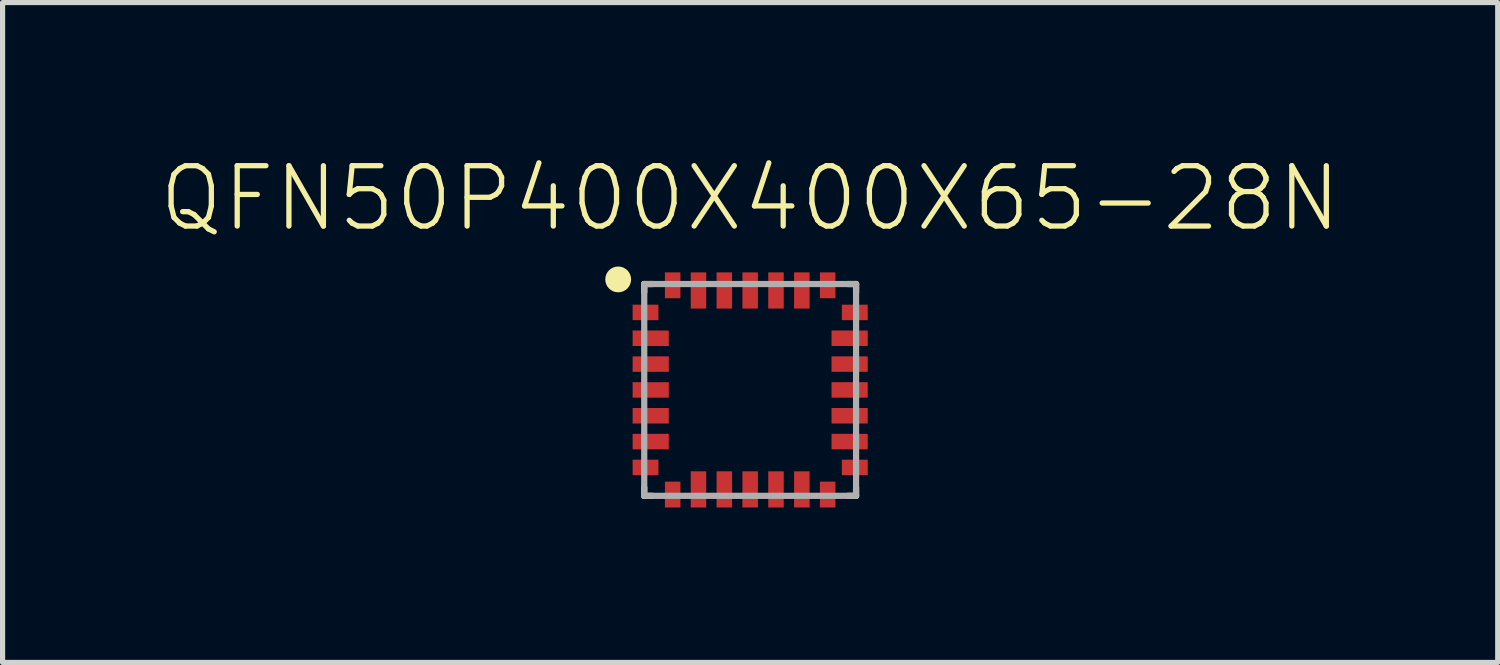
<source format=kicad_pcb>
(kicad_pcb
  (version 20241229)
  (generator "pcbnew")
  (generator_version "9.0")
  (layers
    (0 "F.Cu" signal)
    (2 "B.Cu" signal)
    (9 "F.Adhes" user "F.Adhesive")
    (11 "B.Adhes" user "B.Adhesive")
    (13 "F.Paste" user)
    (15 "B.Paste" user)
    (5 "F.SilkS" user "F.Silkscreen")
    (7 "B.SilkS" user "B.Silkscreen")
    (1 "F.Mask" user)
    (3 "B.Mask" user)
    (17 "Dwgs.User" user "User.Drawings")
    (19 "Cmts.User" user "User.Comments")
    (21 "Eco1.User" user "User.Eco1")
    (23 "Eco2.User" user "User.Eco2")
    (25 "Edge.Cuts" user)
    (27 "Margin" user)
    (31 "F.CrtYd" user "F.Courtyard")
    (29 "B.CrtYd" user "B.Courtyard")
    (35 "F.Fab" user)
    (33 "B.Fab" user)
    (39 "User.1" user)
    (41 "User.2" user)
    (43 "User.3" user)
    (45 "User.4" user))
  (footprint "QFN50P400X400X65-28N"
    (layer "F.Cu")
    (at 11.469 4.497)
    (property "Reference" "QFN50P400X400X65-28N" (at 0 -3.024 0) (layer "F.SilkS") (effects (font (size 1.168 1.168) (thickness 0.102)) (justify bottom)))
    (fp_line (start -2.05 -2.05) (end -1.889 -2.05) (stroke (width 0.12) (type solid)) (layer "F.SilkS"))
    (fp_line (start -2.05 -1.889) (end -2.05 -2.05) (stroke (width 0.12) (type solid)) (layer "F.SilkS"))
    (fp_line (start -2.05 1.889) (end -2.05 2.05) (stroke (width 0.12) (type solid)) (layer "F.SilkS"))
    (fp_line (start -2.05 2.05) (end -1.889 2.05) (stroke (width 0.12) (type solid)) (layer "F.SilkS"))
    (fp_line (start 2.05 -2.05) (end 1.889 -2.05) (stroke (width 0.12) (type solid)) (layer "F.SilkS"))
    (fp_line (start 2.05 -1.889) (end 2.05 -2.05) (stroke (width 0.12) (type solid)) (layer "F.SilkS"))
    (fp_line (start 2.05 1.889) (end 2.05 2.05) (stroke (width 0.12) (type solid)) (layer "F.SilkS"))
    (fp_line (start 2.05 2.05) (end 1.889 2.05) (stroke (width 0.12) (type solid)) (layer "F.SilkS"))
    (fp_circle (center -2.554 -2.139) (end -2.429 -2.139) (stroke (width 0.25) (type solid)) (fill no) (layer "F.SilkS"))
    (fp_line (start -2.05 -2.05) (end 2.05 -2.05) (stroke (width 0.12) (type solid)) (layer "F.Fab"))
    (fp_line (start -2.05 2.05) (end -2.05 -2.05) (stroke (width 0.12) (type solid)) (layer "F.Fab"))
    (fp_line (start 2.05 -2.05) (end 2.05 2.05) (stroke (width 0.12) (type solid)) (layer "F.Fab"))
    (fp_line (start 2.05 2.05) (end -2.05 2.05) (stroke (width 0.12) (type solid)) (layer "F.Fab"))
    (pad "1" smd rect (at -2.025 -1.5) (size 0.5 0.3) (layers "F.Cu" "F.Mask" "F.Paste"))
    (pad "2" smd rect (at -1.925 -1) (size 0.7 0.3) (layers "F.Cu" "F.Mask" "F.Paste"))
    (pad "3" smd rect (at -1.925 -0.5) (size 0.7 0.3) (layers "F.Cu" "F.Mask" "F.Paste"))
    (pad "4" smd rect (at -1.925 0) (size 0.7 0.3) (layers "F.Cu" "F.Mask" "F.Paste"))
    (pad "5" smd rect (at -1.925 0.5) (size 0.7 0.3) (layers "F.Cu" "F.Mask" "F.Paste"))
    (pad "6" smd rect (at -1.925 1) (size 0.7 0.3) (layers "F.Cu" "F.Mask" "F.Paste"))
    (pad "7" smd rect (at -2.025 1.5) (size 0.5 0.3) (layers "F.Cu" "F.Mask" "F.Paste"))
    (pad "8" smd rect (at -1.5 2.025 90) (size 0.5 0.3) (layers "F.Cu" "F.Mask" "F.Paste"))
    (pad "9" smd rect (at -1 1.925 90) (size 0.7 0.3) (layers "F.Cu" "F.Mask" "F.Paste"))
    (pad "10" smd rect (at -0.5 1.925 90) (size 0.7 0.3) (layers "F.Cu" "F.Mask" "F.Paste"))
    (pad "11" smd rect (at 0 1.925 90) (size 0.7 0.3) (layers "F.Cu" "F.Mask" "F.Paste"))
    (pad "12" smd rect (at 0.5 1.925 90) (size 0.7 0.3) (layers "F.Cu" "F.Mask" "F.Paste"))
    (pad "13" smd rect (at 1 1.925 90) (size 0.7 0.3) (layers "F.Cu" "F.Mask" "F.Paste"))
    (pad "14" smd rect (at 1.5 2.025 90) (size 0.5 0.3) (layers "F.Cu" "F.Mask" "F.Paste"))
    (pad "15" smd rect (at 2.025 1.5) (size 0.5 0.3) (layers "F.Cu" "F.Mask" "F.Paste"))
    (pad "16" smd rect (at 1.925 1) (size 0.7 0.3) (layers "F.Cu" "F.Mask" "F.Paste"))
    (pad "17" smd rect (at 1.925 0.5) (size 0.7 0.3) (layers "F.Cu" "F.Mask" "F.Paste"))
    (pad "18" smd rect (at 1.925 0) (size 0.7 0.3) (layers "F.Cu" "F.Mask" "F.Paste"))
    (pad "19" smd rect (at 1.925 -0.5) (size 0.7 0.3) (layers "F.Cu" "F.Mask" "F.Paste"))
    (pad "20" smd rect (at 1.925 -1) (size 0.7 0.3) (layers "F.Cu" "F.Mask" "F.Paste"))
    (pad "21" smd rect (at 2.025 -1.5) (size 0.5 0.3) (layers "F.Cu" "F.Mask" "F.Paste"))
    (pad "22" smd rect (at 1.5 -2.025 90) (size 0.5 0.3) (layers "F.Cu" "F.Mask" "F.Paste"))
    (pad "23" smd rect (at 1 -1.925 90) (size 0.7 0.3) (layers "F.Cu" "F.Mask" "F.Paste"))
    (pad "24" smd rect (at 0.5 -1.925 90) (size 0.7 0.3) (layers "F.Cu" "F.Mask" "F.Paste"))
    (pad "25" smd rect (at 0 -1.925 90) (size 0.7 0.3) (layers "F.Cu" "F.Mask" "F.Paste"))
    (pad "26" smd rect (at -0.5 -1.925 90) (size 0.7 0.3) (layers "F.Cu" "F.Mask" "F.Paste"))
    (pad "27" smd rect (at -1 -1.925 90) (size 0.7 0.3) (layers "F.Cu" "F.Mask" "F.Paste"))
    (pad "28" smd rect (at -1.5 -2.025 90) (size 0.5 0.3) (layers "F.Cu" "F.Mask" "F.Paste")))
  (gr_rect
    (start -3 -3)
    (end 25.938 9.772)
    (stroke (width 0.1) (type default))
    (fill no)
    (layer "Edge.Cuts")))
</source>
